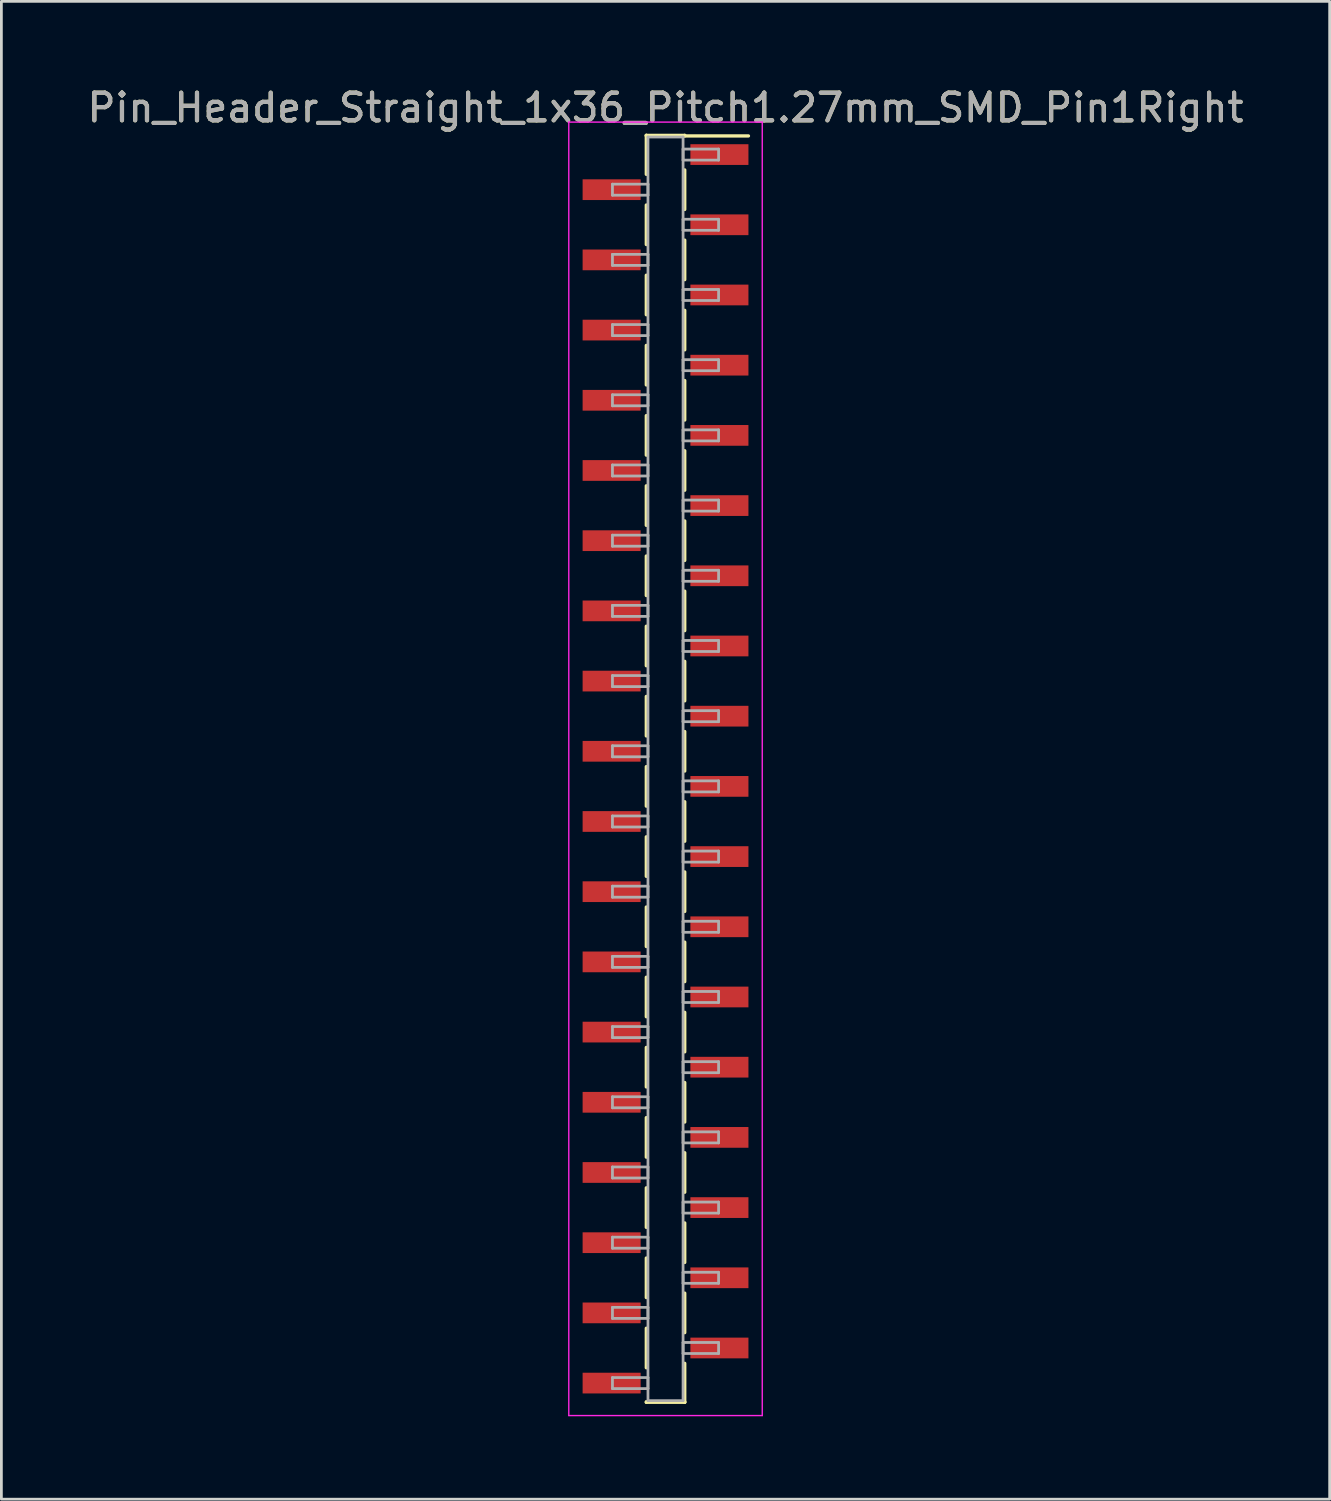
<source format=kicad_pcb>
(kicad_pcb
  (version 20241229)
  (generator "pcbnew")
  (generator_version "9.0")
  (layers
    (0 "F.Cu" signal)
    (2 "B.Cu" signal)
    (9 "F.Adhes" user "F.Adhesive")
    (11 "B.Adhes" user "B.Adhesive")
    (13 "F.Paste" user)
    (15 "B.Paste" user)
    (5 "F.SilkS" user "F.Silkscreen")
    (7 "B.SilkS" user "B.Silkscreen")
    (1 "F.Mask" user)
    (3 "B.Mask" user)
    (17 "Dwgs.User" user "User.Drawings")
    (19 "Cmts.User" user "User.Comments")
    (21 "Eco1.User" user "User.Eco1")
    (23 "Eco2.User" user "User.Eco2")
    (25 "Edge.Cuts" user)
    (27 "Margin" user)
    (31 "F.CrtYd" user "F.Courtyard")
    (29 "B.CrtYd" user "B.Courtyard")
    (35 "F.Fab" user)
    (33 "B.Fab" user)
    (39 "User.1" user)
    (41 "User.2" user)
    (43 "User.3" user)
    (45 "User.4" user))
  (footprint "Pin_Header_Straight_1x36_Pitch1.27mm_SMD_Pin1Right"
    (layer "F.Cu")
    (at 21.03 24.768)
    (property "Reference" "Pin_Header_Straight_1x36_Pitch1.27mm_SMD_Pin1Right" (at 0 -23.92 0) (layer "F.SilkS") (effects (font (size 1 1) (thickness 0.15))))
    (attr smd)
    (fp_line (start -0.695 -22.92) (end -0.695 -21.51) (stroke (width 0.12) (type solid)) (layer "F.SilkS"))
    (fp_line (start -0.695 -22.92) (end 0.695 -22.92) (stroke (width 0.12) (type solid)) (layer "F.SilkS"))
    (fp_line (start -0.695 -22.9) (end -0.695 -22.92) (stroke (width 0.12) (type solid)) (layer "F.SilkS"))
    (fp_line (start -0.695 -20.4) (end -0.695 -18.97) (stroke (width 0.12) (type solid)) (layer "F.SilkS"))
    (fp_line (start -0.695 -17.86) (end -0.695 -16.43) (stroke (width 0.12) (type solid)) (layer "F.SilkS"))
    (fp_line (start -0.695 -15.32) (end -0.695 -13.89) (stroke (width 0.12) (type solid)) (layer "F.SilkS"))
    (fp_line (start -0.695 -12.78) (end -0.695 -11.35) (stroke (width 0.12) (type solid)) (layer "F.SilkS"))
    (fp_line (start -0.695 -10.24) (end -0.695 -8.81) (stroke (width 0.12) (type solid)) (layer "F.SilkS"))
    (fp_line (start -0.695 -7.7) (end -0.695 -6.27) (stroke (width 0.12) (type solid)) (layer "F.SilkS"))
    (fp_line (start -0.695 -5.16) (end -0.695 -3.73) (stroke (width 0.12) (type solid)) (layer "F.SilkS"))
    (fp_line (start -0.695 -2.62) (end -0.695 -1.19) (stroke (width 0.12) (type solid)) (layer "F.SilkS"))
    (fp_line (start -0.695 -0.08) (end -0.695 1.35) (stroke (width 0.12) (type solid)) (layer "F.SilkS"))
    (fp_line (start -0.695 2.46) (end -0.695 3.89) (stroke (width 0.12) (type solid)) (layer "F.SilkS"))
    (fp_line (start -0.695 5) (end -0.695 6.43) (stroke (width 0.12) (type solid)) (layer "F.SilkS"))
    (fp_line (start -0.695 7.54) (end -0.695 8.97) (stroke (width 0.12) (type solid)) (layer "F.SilkS"))
    (fp_line (start -0.695 10.08) (end -0.695 11.51) (stroke (width 0.12) (type solid)) (layer "F.SilkS"))
    (fp_line (start -0.695 12.62) (end -0.695 14.05) (stroke (width 0.12) (type solid)) (layer "F.SilkS"))
    (fp_line (start -0.695 15.16) (end -0.695 16.59) (stroke (width 0.12) (type solid)) (layer "F.SilkS"))
    (fp_line (start -0.695 17.7) (end -0.695 19.13) (stroke (width 0.12) (type solid)) (layer "F.SilkS"))
    (fp_line (start -0.695 20.24) (end -0.695 21.67) (stroke (width 0.12) (type solid)) (layer "F.SilkS"))
    (fp_line (start -0.695 22.9) (end -0.695 22.92) (stroke (width 0.12) (type solid)) (layer "F.SilkS"))
    (fp_line (start -0.695 22.92) (end 0.695 22.92) (stroke (width 0.12) (type solid)) (layer "F.SilkS"))
    (fp_line (start 0.695 -22.92) (end 0.695 -22.9) (stroke (width 0.12) (type solid)) (layer "F.SilkS"))
    (fp_line (start 0.695 -22.9) (end 3 -22.9) (stroke (width 0.12) (type solid)) (layer "F.SilkS"))
    (fp_line (start 0.695 -21.67) (end 0.695 -20.24) (stroke (width 0.12) (type solid)) (layer "F.SilkS"))
    (fp_line (start 0.695 -19.13) (end 0.695 -17.7) (stroke (width 0.12) (type solid)) (layer "F.SilkS"))
    (fp_line (start 0.695 -16.59) (end 0.695 -15.16) (stroke (width 0.12) (type solid)) (layer "F.SilkS"))
    (fp_line (start 0.695 -14.05) (end 0.695 -12.62) (stroke (width 0.12) (type solid)) (layer "F.SilkS"))
    (fp_line (start 0.695 -11.51) (end 0.695 -10.08) (stroke (width 0.12) (type solid)) (layer "F.SilkS"))
    (fp_line (start 0.695 -8.97) (end 0.695 -7.54) (stroke (width 0.12) (type solid)) (layer "F.SilkS"))
    (fp_line (start 0.695 -6.43) (end 0.695 -5) (stroke (width 0.12) (type solid)) (layer "F.SilkS"))
    (fp_line (start 0.695 -3.89) (end 0.695 -2.46) (stroke (width 0.12) (type solid)) (layer "F.SilkS"))
    (fp_line (start 0.695 -1.35) (end 0.695 0.08) (stroke (width 0.12) (type solid)) (layer "F.SilkS"))
    (fp_line (start 0.695 1.19) (end 0.695 2.62) (stroke (width 0.12) (type solid)) (layer "F.SilkS"))
    (fp_line (start 0.695 3.73) (end 0.695 5.16) (stroke (width 0.12) (type solid)) (layer "F.SilkS"))
    (fp_line (start 0.695 6.27) (end 0.695 7.7) (stroke (width 0.12) (type solid)) (layer "F.SilkS"))
    (fp_line (start 0.695 8.81) (end 0.695 10.24) (stroke (width 0.12) (type solid)) (layer "F.SilkS"))
    (fp_line (start 0.695 11.35) (end 0.695 12.78) (stroke (width 0.12) (type solid)) (layer "F.SilkS"))
    (fp_line (start 0.695 13.89) (end 0.695 15.32) (stroke (width 0.12) (type solid)) (layer "F.SilkS"))
    (fp_line (start 0.695 16.43) (end 0.695 17.86) (stroke (width 0.12) (type solid)) (layer "F.SilkS"))
    (fp_line (start 0.695 18.97) (end 0.695 20.4) (stroke (width 0.12) (type solid)) (layer "F.SilkS"))
    (fp_line (start 0.695 21.51) (end 0.695 22.92) (stroke (width 0.12) (type solid)) (layer "F.SilkS"))
    (fp_line (start 0.695 22.92) (end 0.695 22.9) (stroke (width 0.12) (type solid)) (layer "F.SilkS"))
    (fp_line (start -3.5 -23.4) (end -3.5 23.4) (stroke (width 0.05) (type solid)) (layer "F.CrtYd"))
    (fp_line (start -3.5 23.4) (end 3.5 23.4) (stroke (width 0.05) (type solid)) (layer "F.CrtYd"))
    (fp_line (start 3.5 -23.4) (end -3.5 -23.4) (stroke (width 0.05) (type solid)) (layer "F.CrtYd"))
    (fp_line (start 3.5 23.4) (end 3.5 -23.4) (stroke (width 0.05) (type solid)) (layer "F.CrtYd"))
    (fp_line (start -1.92 -21.155) (end -0.635 -21.155) (stroke (width 0.1) (type solid)) (layer "F.Fab"))
    (fp_line (start -1.92 -20.755) (end -1.92 -21.155) (stroke (width 0.1) (type solid)) (layer "F.Fab"))
    (fp_line (start -1.92 -18.615) (end -0.635 -18.615) (stroke (width 0.1) (type solid)) (layer "F.Fab"))
    (fp_line (start -1.92 -18.215) (end -1.92 -18.615) (stroke (width 0.1) (type solid)) (layer "F.Fab"))
    (fp_line (start -1.92 -16.075) (end -0.635 -16.075) (stroke (width 0.1) (type solid)) (layer "F.Fab"))
    (fp_line (start -1.92 -15.675) (end -1.92 -16.075) (stroke (width 0.1) (type solid)) (layer "F.Fab"))
    (fp_line (start -1.92 -13.535) (end -0.635 -13.535) (stroke (width 0.1) (type solid)) (layer "F.Fab"))
    (fp_line (start -1.92 -13.135) (end -1.92 -13.535) (stroke (width 0.1) (type solid)) (layer "F.Fab"))
    (fp_line (start -1.92 -10.995) (end -0.635 -10.995) (stroke (width 0.1) (type solid)) (layer "F.Fab"))
    (fp_line (start -1.92 -10.595) (end -1.92 -10.995) (stroke (width 0.1) (type solid)) (layer "F.Fab"))
    (fp_line (start -1.92 -8.455) (end -0.635 -8.455) (stroke (width 0.1) (type solid)) (layer "F.Fab"))
    (fp_line (start -1.92 -8.055) (end -1.92 -8.455) (stroke (width 0.1) (type solid)) (layer "F.Fab"))
    (fp_line (start -1.92 -5.915) (end -0.635 -5.915) (stroke (width 0.1) (type solid)) (layer "F.Fab"))
    (fp_line (start -1.92 -5.515) (end -1.92 -5.915) (stroke (width 0.1) (type solid)) (layer "F.Fab"))
    (fp_line (start -1.92 -3.375) (end -0.635 -3.375) (stroke (width 0.1) (type solid)) (layer "F.Fab"))
    (fp_line (start -1.92 -2.975) (end -1.92 -3.375) (stroke (width 0.1) (type solid)) (layer "F.Fab"))
    (fp_line (start -1.92 -0.835) (end -0.635 -0.835) (stroke (width 0.1) (type solid)) (layer "F.Fab"))
    (fp_line (start -1.92 -0.435) (end -1.92 -0.835) (stroke (width 0.1) (type solid)) (layer "F.Fab"))
    (fp_line (start -1.92 1.705) (end -0.635 1.705) (stroke (width 0.1) (type solid)) (layer "F.Fab"))
    (fp_line (start -1.92 2.105) (end -1.92 1.705) (stroke (width 0.1) (type solid)) (layer "F.Fab"))
    (fp_line (start -1.92 4.245) (end -0.635 4.245) (stroke (width 0.1) (type solid)) (layer "F.Fab"))
    (fp_line (start -1.92 4.645) (end -1.92 4.245) (stroke (width 0.1) (type solid)) (layer "F.Fab"))
    (fp_line (start -1.92 6.785) (end -0.635 6.785) (stroke (width 0.1) (type solid)) (layer "F.Fab"))
    (fp_line (start -1.92 7.185) (end -1.92 6.785) (stroke (width 0.1) (type solid)) (layer "F.Fab"))
    (fp_line (start -1.92 9.325) (end -0.635 9.325) (stroke (width 0.1) (type solid)) (layer "F.Fab"))
    (fp_line (start -1.92 9.725) (end -1.92 9.325) (stroke (width 0.1) (type solid)) (layer "F.Fab"))
    (fp_line (start -1.92 11.865) (end -0.635 11.865) (stroke (width 0.1) (type solid)) (layer "F.Fab"))
    (fp_line (start -1.92 12.265) (end -1.92 11.865) (stroke (width 0.1) (type solid)) (layer "F.Fab"))
    (fp_line (start -1.92 14.405) (end -0.635 14.405) (stroke (width 0.1) (type solid)) (layer "F.Fab"))
    (fp_line (start -1.92 14.805) (end -1.92 14.405) (stroke (width 0.1) (type solid)) (layer "F.Fab"))
    (fp_line (start -1.92 16.945) (end -0.635 16.945) (stroke (width 0.1) (type solid)) (layer "F.Fab"))
    (fp_line (start -1.92 17.345) (end -1.92 16.945) (stroke (width 0.1) (type solid)) (layer "F.Fab"))
    (fp_line (start -1.92 19.485) (end -0.635 19.485) (stroke (width 0.1) (type solid)) (layer "F.Fab"))
    (fp_line (start -1.92 19.885) (end -1.92 19.485) (stroke (width 0.1) (type solid)) (layer "F.Fab"))
    (fp_line (start -1.92 22.025) (end -0.635 22.025) (stroke (width 0.1) (type solid)) (layer "F.Fab"))
    (fp_line (start -1.92 22.425) (end -1.92 22.025) (stroke (width 0.1) (type solid)) (layer "F.Fab"))
    (fp_line (start -0.635 -22.86) (end -0.635 22.86) (stroke (width 0.1) (type solid)) (layer "F.Fab"))
    (fp_line (start -0.635 -21.155) (end -0.635 -20.755) (stroke (width 0.1) (type solid)) (layer "F.Fab"))
    (fp_line (start -0.635 -20.755) (end -1.92 -20.755) (stroke (width 0.1) (type solid)) (layer "F.Fab"))
    (fp_line (start -0.635 -18.615) (end -0.635 -18.215) (stroke (width 0.1) (type solid)) (layer "F.Fab"))
    (fp_line (start -0.635 -18.215) (end -1.92 -18.215) (stroke (width 0.1) (type solid)) (layer "F.Fab"))
    (fp_line (start -0.635 -16.075) (end -0.635 -15.675) (stroke (width 0.1) (type solid)) (layer "F.Fab"))
    (fp_line (start -0.635 -15.675) (end -1.92 -15.675) (stroke (width 0.1) (type solid)) (layer "F.Fab"))
    (fp_line (start -0.635 -13.535) (end -0.635 -13.135) (stroke (width 0.1) (type solid)) (layer "F.Fab"))
    (fp_line (start -0.635 -13.135) (end -1.92 -13.135) (stroke (width 0.1) (type solid)) (layer "F.Fab"))
    (fp_line (start -0.635 -10.995) (end -0.635 -10.595) (stroke (width 0.1) (type solid)) (layer "F.Fab"))
    (fp_line (start -0.635 -10.595) (end -1.92 -10.595) (stroke (width 0.1) (type solid)) (layer "F.Fab"))
    (fp_line (start -0.635 -8.455) (end -0.635 -8.055) (stroke (width 0.1) (type solid)) (layer "F.Fab"))
    (fp_line (start -0.635 -8.055) (end -1.92 -8.055) (stroke (width 0.1) (type solid)) (layer "F.Fab"))
    (fp_line (start -0.635 -5.915) (end -0.635 -5.515) (stroke (width 0.1) (type solid)) (layer "F.Fab"))
    (fp_line (start -0.635 -5.515) (end -1.92 -5.515) (stroke (width 0.1) (type solid)) (layer "F.Fab"))
    (fp_line (start -0.635 -3.375) (end -0.635 -2.975) (stroke (width 0.1) (type solid)) (layer "F.Fab"))
    (fp_line (start -0.635 -2.975) (end -1.92 -2.975) (stroke (width 0.1) (type solid)) (layer "F.Fab"))
    (fp_line (start -0.635 -0.835) (end -0.635 -0.435) (stroke (width 0.1) (type solid)) (layer "F.Fab"))
    (fp_line (start -0.635 -0.435) (end -1.92 -0.435) (stroke (width 0.1) (type solid)) (layer "F.Fab"))
    (fp_line (start -0.635 1.705) (end -0.635 2.105) (stroke (width 0.1) (type solid)) (layer "F.Fab"))
    (fp_line (start -0.635 2.105) (end -1.92 2.105) (stroke (width 0.1) (type solid)) (layer "F.Fab"))
    (fp_line (start -0.635 4.245) (end -0.635 4.645) (stroke (width 0.1) (type solid)) (layer "F.Fab"))
    (fp_line (start -0.635 4.645) (end -1.92 4.645) (stroke (width 0.1) (type solid)) (layer "F.Fab"))
    (fp_line (start -0.635 6.785) (end -0.635 7.185) (stroke (width 0.1) (type solid)) (layer "F.Fab"))
    (fp_line (start -0.635 7.185) (end -1.92 7.185) (stroke (width 0.1) (type solid)) (layer "F.Fab"))
    (fp_line (start -0.635 9.325) (end -0.635 9.725) (stroke (width 0.1) (type solid)) (layer "F.Fab"))
    (fp_line (start -0.635 9.725) (end -1.92 9.725) (stroke (width 0.1) (type solid)) (layer "F.Fab"))
    (fp_line (start -0.635 11.865) (end -0.635 12.265) (stroke (width 0.1) (type solid)) (layer "F.Fab"))
    (fp_line (start -0.635 12.265) (end -1.92 12.265) (stroke (width 0.1) (type solid)) (layer "F.Fab"))
    (fp_line (start -0.635 14.405) (end -0.635 14.805) (stroke (width 0.1) (type solid)) (layer "F.Fab"))
    (fp_line (start -0.635 14.805) (end -1.92 14.805) (stroke (width 0.1) (type solid)) (layer "F.Fab"))
    (fp_line (start -0.635 16.945) (end -0.635 17.345) (stroke (width 0.1) (type solid)) (layer "F.Fab"))
    (fp_line (start -0.635 17.345) (end -1.92 17.345) (stroke (width 0.1) (type solid)) (layer "F.Fab"))
    (fp_line (start -0.635 19.485) (end -0.635 19.885) (stroke (width 0.1) (type solid)) (layer "F.Fab"))
    (fp_line (start -0.635 19.885) (end -1.92 19.885) (stroke (width 0.1) (type solid)) (layer "F.Fab"))
    (fp_line (start -0.635 22.025) (end -0.635 22.425) (stroke (width 0.1) (type solid)) (layer "F.Fab"))
    (fp_line (start -0.635 22.425) (end -1.92 22.425) (stroke (width 0.1) (type solid)) (layer "F.Fab"))
    (fp_line (start -0.635 22.86) (end 0.635 22.86) (stroke (width 0.1) (type solid)) (layer "F.Fab"))
    (fp_line (start 0.635 -22.86) (end -0.635 -22.86) (stroke (width 0.1) (type solid)) (layer "F.Fab"))
    (fp_line (start 0.635 -22.425) (end 0.635 -22.025) (stroke (width 0.1) (type solid)) (layer "F.Fab"))
    (fp_line (start 0.635 -22.025) (end 1.92 -22.025) (stroke (width 0.1) (type solid)) (layer "F.Fab"))
    (fp_line (start 0.635 -19.885) (end 0.635 -19.485) (stroke (width 0.1) (type solid)) (layer "F.Fab"))
    (fp_line (start 0.635 -19.485) (end 1.92 -19.485) (stroke (width 0.1) (type solid)) (layer "F.Fab"))
    (fp_line (start 0.635 -17.345) (end 0.635 -16.945) (stroke (width 0.1) (type solid)) (layer "F.Fab"))
    (fp_line (start 0.635 -16.945) (end 1.92 -16.945) (stroke (width 0.1) (type solid)) (layer "F.Fab"))
    (fp_line (start 0.635 -14.805) (end 0.635 -14.405) (stroke (width 0.1) (type solid)) (layer "F.Fab"))
    (fp_line (start 0.635 -14.405) (end 1.92 -14.405) (stroke (width 0.1) (type solid)) (layer "F.Fab"))
    (fp_line (start 0.635 -12.265) (end 0.635 -11.865) (stroke (width 0.1) (type solid)) (layer "F.Fab"))
    (fp_line (start 0.635 -11.865) (end 1.92 -11.865) (stroke (width 0.1) (type solid)) (layer "F.Fab"))
    (fp_line (start 0.635 -9.725) (end 0.635 -9.325) (stroke (width 0.1) (type solid)) (layer "F.Fab"))
    (fp_line (start 0.635 -9.325) (end 1.92 -9.325) (stroke (width 0.1) (type solid)) (layer "F.Fab"))
    (fp_line (start 0.635 -7.185) (end 0.635 -6.785) (stroke (width 0.1) (type solid)) (layer "F.Fab"))
    (fp_line (start 0.635 -6.785) (end 1.92 -6.785) (stroke (width 0.1) (type solid)) (layer "F.Fab"))
    (fp_line (start 0.635 -4.645) (end 0.635 -4.245) (stroke (width 0.1) (type solid)) (layer "F.Fab"))
    (fp_line (start 0.635 -4.245) (end 1.92 -4.245) (stroke (width 0.1) (type solid)) (layer "F.Fab"))
    (fp_line (start 0.635 -2.105) (end 0.635 -1.705) (stroke (width 0.1) (type solid)) (layer "F.Fab"))
    (fp_line (start 0.635 -1.705) (end 1.92 -1.705) (stroke (width 0.1) (type solid)) (layer "F.Fab"))
    (fp_line (start 0.635 0.435) (end 0.635 0.835) (stroke (width 0.1) (type solid)) (layer "F.Fab"))
    (fp_line (start 0.635 0.835) (end 1.92 0.835) (stroke (width 0.1) (type solid)) (layer "F.Fab"))
    (fp_line (start 0.635 2.975) (end 0.635 3.375) (stroke (width 0.1) (type solid)) (layer "F.Fab"))
    (fp_line (start 0.635 3.375) (end 1.92 3.375) (stroke (width 0.1) (type solid)) (layer "F.Fab"))
    (fp_line (start 0.635 5.515) (end 0.635 5.915) (stroke (width 0.1) (type solid)) (layer "F.Fab"))
    (fp_line (start 0.635 5.915) (end 1.92 5.915) (stroke (width 0.1) (type solid)) (layer "F.Fab"))
    (fp_line (start 0.635 8.055) (end 0.635 8.455) (stroke (width 0.1) (type solid)) (layer "F.Fab"))
    (fp_line (start 0.635 8.455) (end 1.92 8.455) (stroke (width 0.1) (type solid)) (layer "F.Fab"))
    (fp_line (start 0.635 10.595) (end 0.635 10.995) (stroke (width 0.1) (type solid)) (layer "F.Fab"))
    (fp_line (start 0.635 10.995) (end 1.92 10.995) (stroke (width 0.1) (type solid)) (layer "F.Fab"))
    (fp_line (start 0.635 13.135) (end 0.635 13.535) (stroke (width 0.1) (type solid)) (layer "F.Fab"))
    (fp_line (start 0.635 13.535) (end 1.92 13.535) (stroke (width 0.1) (type solid)) (layer "F.Fab"))
    (fp_line (start 0.635 15.675) (end 0.635 16.075) (stroke (width 0.1) (type solid)) (layer "F.Fab"))
    (fp_line (start 0.635 16.075) (end 1.92 16.075) (stroke (width 0.1) (type solid)) (layer "F.Fab"))
    (fp_line (start 0.635 18.215) (end 0.635 18.615) (stroke (width 0.1) (type solid)) (layer "F.Fab"))
    (fp_line (start 0.635 18.615) (end 1.92 18.615) (stroke (width 0.1) (type solid)) (layer "F.Fab"))
    (fp_line (start 0.635 20.755) (end 0.635 21.155) (stroke (width 0.1) (type solid)) (layer "F.Fab"))
    (fp_line (start 0.635 21.155) (end 1.92 21.155) (stroke (width 0.1) (type solid)) (layer "F.Fab"))
    (fp_line (start 0.635 22.86) (end 0.635 -22.86) (stroke (width 0.1) (type solid)) (layer "F.Fab"))
    (fp_line (start 1.92 -22.425) (end 0.635 -22.425) (stroke (width 0.1) (type solid)) (layer "F.Fab"))
    (fp_line (start 1.92 -22.025) (end 1.92 -22.425) (stroke (width 0.1) (type solid)) (layer "F.Fab"))
    (fp_line (start 1.92 -19.885) (end 0.635 -19.885) (stroke (width 0.1) (type solid)) (layer "F.Fab"))
    (fp_line (start 1.92 -19.485) (end 1.92 -19.885) (stroke (width 0.1) (type solid)) (layer "F.Fab"))
    (fp_line (start 1.92 -17.345) (end 0.635 -17.345) (stroke (width 0.1) (type solid)) (layer "F.Fab"))
    (fp_line (start 1.92 -16.945) (end 1.92 -17.345) (stroke (width 0.1) (type solid)) (layer "F.Fab"))
    (fp_line (start 1.92 -14.805) (end 0.635 -14.805) (stroke (width 0.1) (type solid)) (layer "F.Fab"))
    (fp_line (start 1.92 -14.405) (end 1.92 -14.805) (stroke (width 0.1) (type solid)) (layer "F.Fab"))
    (fp_line (start 1.92 -12.265) (end 0.635 -12.265) (stroke (width 0.1) (type solid)) (layer "F.Fab"))
    (fp_line (start 1.92 -11.865) (end 1.92 -12.265) (stroke (width 0.1) (type solid)) (layer "F.Fab"))
    (fp_line (start 1.92 -9.725) (end 0.635 -9.725) (stroke (width 0.1) (type solid)) (layer "F.Fab"))
    (fp_line (start 1.92 -9.325) (end 1.92 -9.725) (stroke (width 0.1) (type solid)) (layer "F.Fab"))
    (fp_line (start 1.92 -7.185) (end 0.635 -7.185) (stroke (width 0.1) (type solid)) (layer "F.Fab"))
    (fp_line (start 1.92 -6.785) (end 1.92 -7.185) (stroke (width 0.1) (type solid)) (layer "F.Fab"))
    (fp_line (start 1.92 -4.645) (end 0.635 -4.645) (stroke (width 0.1) (type solid)) (layer "F.Fab"))
    (fp_line (start 1.92 -4.245) (end 1.92 -4.645) (stroke (width 0.1) (type solid)) (layer "F.Fab"))
    (fp_line (start 1.92 -2.105) (end 0.635 -2.105) (stroke (width 0.1) (type solid)) (layer "F.Fab"))
    (fp_line (start 1.92 -1.705) (end 1.92 -2.105) (stroke (width 0.1) (type solid)) (layer "F.Fab"))
    (fp_line (start 1.92 0.435) (end 0.635 0.435) (stroke (width 0.1) (type solid)) (layer "F.Fab"))
    (fp_line (start 1.92 0.835) (end 1.92 0.435) (stroke (width 0.1) (type solid)) (layer "F.Fab"))
    (fp_line (start 1.92 2.975) (end 0.635 2.975) (stroke (width 0.1) (type solid)) (layer "F.Fab"))
    (fp_line (start 1.92 3.375) (end 1.92 2.975) (stroke (width 0.1) (type solid)) (layer "F.Fab"))
    (fp_line (start 1.92 5.515) (end 0.635 5.515) (stroke (width 0.1) (type solid)) (layer "F.Fab"))
    (fp_line (start 1.92 5.915) (end 1.92 5.515) (stroke (width 0.1) (type solid)) (layer "F.Fab"))
    (fp_line (start 1.92 8.055) (end 0.635 8.055) (stroke (width 0.1) (type solid)) (layer "F.Fab"))
    (fp_line (start 1.92 8.455) (end 1.92 8.055) (stroke (width 0.1) (type solid)) (layer "F.Fab"))
    (fp_line (start 1.92 10.595) (end 0.635 10.595) (stroke (width 0.1) (type solid)) (layer "F.Fab"))
    (fp_line (start 1.92 10.995) (end 1.92 10.595) (stroke (width 0.1) (type solid)) (layer "F.Fab"))
    (fp_line (start 1.92 13.135) (end 0.635 13.135) (stroke (width 0.1) (type solid)) (layer "F.Fab"))
    (fp_line (start 1.92 13.535) (end 1.92 13.135) (stroke (width 0.1) (type solid)) (layer "F.Fab"))
    (fp_line (start 1.92 15.675) (end 0.635 15.675) (stroke (width 0.1) (type solid)) (layer "F.Fab"))
    (fp_line (start 1.92 16.075) (end 1.92 15.675) (stroke (width 0.1) (type solid)) (layer "F.Fab"))
    (fp_line (start 1.92 18.215) (end 0.635 18.215) (stroke (width 0.1) (type solid)) (layer "F.Fab"))
    (fp_line (start 1.92 18.615) (end 1.92 18.215) (stroke (width 0.1) (type solid)) (layer "F.Fab"))
    (fp_line (start 1.92 20.755) (end 0.635 20.755) (stroke (width 0.1) (type solid)) (layer "F.Fab"))
    (fp_line (start 1.92 21.155) (end 1.92 20.755) (stroke (width 0.1) (type solid)) (layer "F.Fab"))
    (fp_text user "${REFERENCE}" (at 0 -23.92 0) (layer "F.Fab") (effects (font (size 1 1) (thickness 0.15))))
    (pad "1" smd rect (at 1.95 -22.225) (size 2.1 0.75) (layers "F.Cu" "F.Mask" "F.Paste"))
    (pad "2" smd rect (at -1.95 -20.955) (size 2.1 0.75) (layers "F.Cu" "F.Mask" "F.Paste"))
    (pad "3" smd rect (at 1.95 -19.685) (size 2.1 0.75) (layers "F.Cu" "F.Mask" "F.Paste"))
    (pad "4" smd rect (at -1.95 -18.415) (size 2.1 0.75) (layers "F.Cu" "F.Mask" "F.Paste"))
    (pad "5" smd rect (at 1.95 -17.145) (size 2.1 0.75) (layers "F.Cu" "F.Mask" "F.Paste"))
    (pad "6" smd rect (at -1.95 -15.875) (size 2.1 0.75) (layers "F.Cu" "F.Mask" "F.Paste"))
    (pad "7" smd rect (at 1.95 -14.605) (size 2.1 0.75) (layers "F.Cu" "F.Mask" "F.Paste"))
    (pad "8" smd rect (at -1.95 -13.335) (size 2.1 0.75) (layers "F.Cu" "F.Mask" "F.Paste"))
    (pad "9" smd rect (at 1.95 -12.065) (size 2.1 0.75) (layers "F.Cu" "F.Mask" "F.Paste"))
    (pad "10" smd rect (at -1.95 -10.795) (size 2.1 0.75) (layers "F.Cu" "F.Mask" "F.Paste"))
    (pad "11" smd rect (at 1.95 -9.525) (size 2.1 0.75) (layers "F.Cu" "F.Mask" "F.Paste"))
    (pad "12" smd rect (at -1.95 -8.255) (size 2.1 0.75) (layers "F.Cu" "F.Mask" "F.Paste"))
    (pad "13" smd rect (at 1.95 -6.985) (size 2.1 0.75) (layers "F.Cu" "F.Mask" "F.Paste"))
    (pad "14" smd rect (at -1.95 -5.715) (size 2.1 0.75) (layers "F.Cu" "F.Mask" "F.Paste"))
    (pad "15" smd rect (at 1.95 -4.445) (size 2.1 0.75) (layers "F.Cu" "F.Mask" "F.Paste"))
    (pad "16" smd rect (at -1.95 -3.175) (size 2.1 0.75) (layers "F.Cu" "F.Mask" "F.Paste"))
    (pad "17" smd rect (at 1.95 -1.905) (size 2.1 0.75) (layers "F.Cu" "F.Mask" "F.Paste"))
    (pad "18" smd rect (at -1.95 -0.635) (size 2.1 0.75) (layers "F.Cu" "F.Mask" "F.Paste"))
    (pad "19" smd rect (at 1.95 0.635) (size 2.1 0.75) (layers "F.Cu" "F.Mask" "F.Paste"))
    (pad "20" smd rect (at -1.95 1.905) (size 2.1 0.75) (layers "F.Cu" "F.Mask" "F.Paste"))
    (pad "21" smd rect (at 1.95 3.175) (size 2.1 0.75) (layers "F.Cu" "F.Mask" "F.Paste"))
    (pad "22" smd rect (at -1.95 4.445) (size 2.1 0.75) (layers "F.Cu" "F.Mask" "F.Paste"))
    (pad "23" smd rect (at 1.95 5.715) (size 2.1 0.75) (layers "F.Cu" "F.Mask" "F.Paste"))
    (pad "24" smd rect (at -1.95 6.985) (size 2.1 0.75) (layers "F.Cu" "F.Mask" "F.Paste"))
    (pad "25" smd rect (at 1.95 8.255) (size 2.1 0.75) (layers "F.Cu" "F.Mask" "F.Paste"))
    (pad "26" smd rect (at -1.95 9.525) (size 2.1 0.75) (layers "F.Cu" "F.Mask" "F.Paste"))
    (pad "27" smd rect (at 1.95 10.795) (size 2.1 0.75) (layers "F.Cu" "F.Mask" "F.Paste"))
    (pad "28" smd rect (at -1.95 12.065) (size 2.1 0.75) (layers "F.Cu" "F.Mask" "F.Paste"))
    (pad "29" smd rect (at 1.95 13.335) (size 2.1 0.75) (layers "F.Cu" "F.Mask" "F.Paste"))
    (pad "30" smd rect (at -1.95 14.605) (size 2.1 0.75) (layers "F.Cu" "F.Mask" "F.Paste"))
    (pad "31" smd rect (at 1.95 15.875) (size 2.1 0.75) (layers "F.Cu" "F.Mask" "F.Paste"))
    (pad "32" smd rect (at -1.95 17.145) (size 2.1 0.75) (layers "F.Cu" "F.Mask" "F.Paste"))
    (pad "33" smd rect (at 1.95 18.415) (size 2.1 0.75) (layers "F.Cu" "F.Mask" "F.Paste"))
    (pad "34" smd rect (at -1.95 19.685) (size 2.1 0.75) (layers "F.Cu" "F.Mask" "F.Paste"))
    (pad "35" smd rect (at 1.95 20.955) (size 2.1 0.75) (layers "F.Cu" "F.Mask" "F.Paste"))
    (pad "36" smd rect (at -1.95 22.225) (size 2.1 0.75) (layers "F.Cu" "F.Mask" "F.Paste")))
  (gr_rect
    (start -3 -3)
    (end 45.06 51.193)
    (stroke (width 0.1) (type default))
    (fill no)
    (layer "Edge.Cuts")))
</source>
